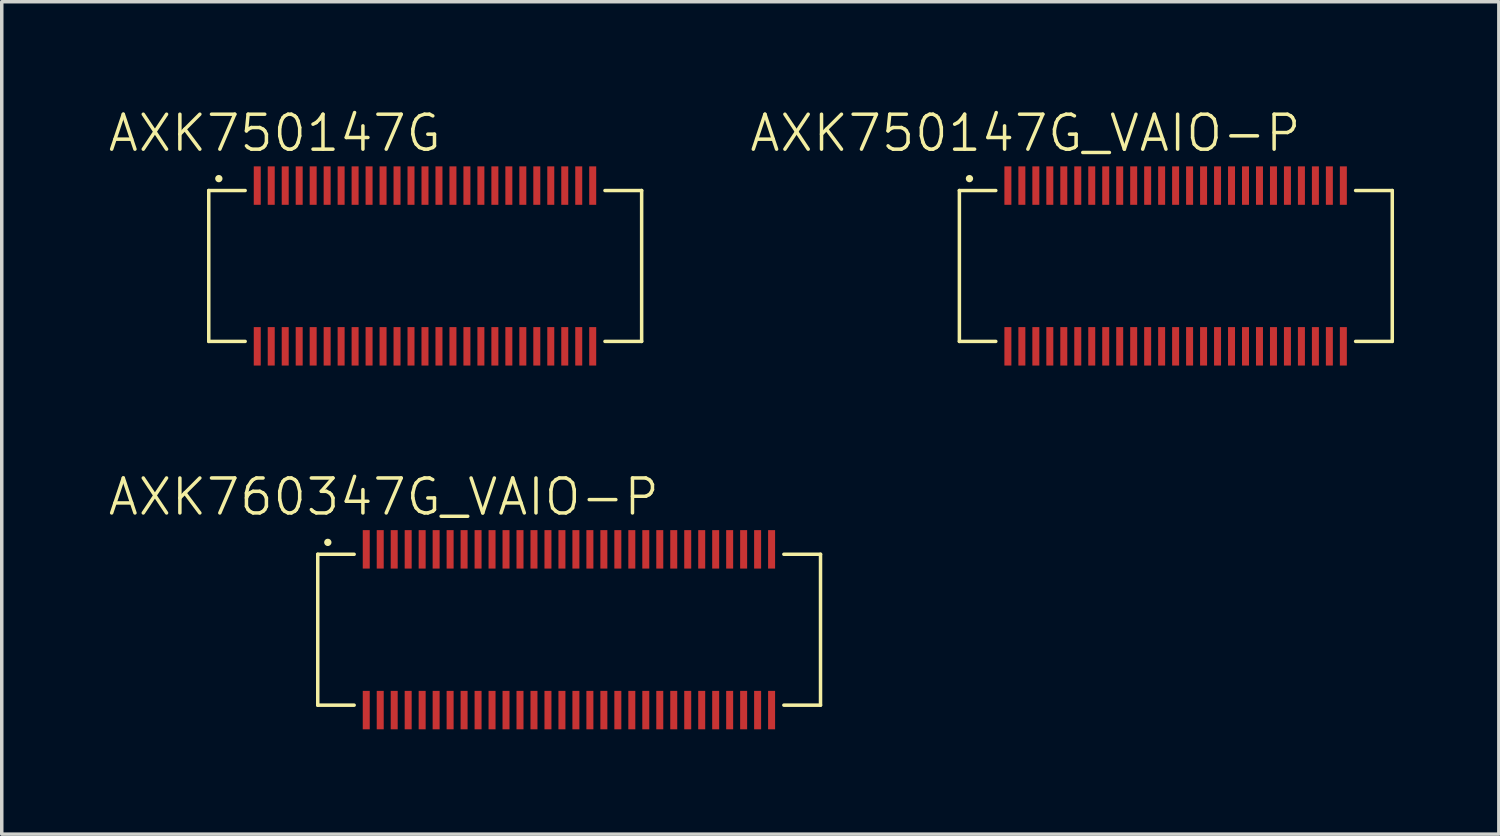
<source format=kicad_pcb>
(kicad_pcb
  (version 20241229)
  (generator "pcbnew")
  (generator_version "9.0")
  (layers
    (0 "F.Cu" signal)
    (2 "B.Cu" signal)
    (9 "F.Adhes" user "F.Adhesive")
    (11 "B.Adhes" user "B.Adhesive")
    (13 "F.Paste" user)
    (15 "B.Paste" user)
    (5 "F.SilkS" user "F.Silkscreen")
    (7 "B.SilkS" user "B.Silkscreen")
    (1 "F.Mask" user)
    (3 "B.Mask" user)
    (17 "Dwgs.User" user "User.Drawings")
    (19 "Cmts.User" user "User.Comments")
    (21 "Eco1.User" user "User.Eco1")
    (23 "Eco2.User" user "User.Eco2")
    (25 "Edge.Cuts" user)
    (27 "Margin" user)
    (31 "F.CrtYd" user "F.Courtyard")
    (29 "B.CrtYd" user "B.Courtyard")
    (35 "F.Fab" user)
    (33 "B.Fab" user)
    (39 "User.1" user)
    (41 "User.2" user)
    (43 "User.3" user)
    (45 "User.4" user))
  (footprint "AXK750147G"
    (layer "F.Cu")
    (at 9.112 4.561)
    (property "Reference" "AXK750147G" (at -4.3 -3.8 0) (unlocked yes) (layer "F.SilkS") (effects (font (size 1 1) (thickness 0.1))))
    (attr smd)
    (fp_line (start -6.188 -2.159) (end -5.146 -2.159) (stroke (width 0.1) (type default)) (layer "F.SilkS"))
    (fp_line (start -6.188 2.159) (end -6.188 -2.159) (stroke (width 0.1) (type default)) (layer "F.SilkS"))
    (fp_line (start -5.146 2.159) (end -6.188 2.159) (stroke (width 0.1) (type default)) (layer "F.SilkS"))
    (fp_line (start 5.151 -2.159) (end 6.2 -2.159) (stroke (width 0.1) (type default)) (layer "F.SilkS"))
    (fp_line (start 5.151 2.159) (end 6.2 2.159) (stroke (width 0.1) (type default)) (layer "F.SilkS"))
    (fp_line (start 6.2 -2.159) (end 6.2 2.159) (stroke (width 0.1) (type default)) (layer "F.SilkS"))
    (fp_circle (center -5.9 -2.5) (end -5.87 -2.5) (stroke (width 0.15) (type solid)) (fill yes) (layer "F.SilkS"))
    (pad "1" smd rect (at -4.8 -2.3) (size 0.2 1.1) (layers "F.Cu" "F.Mask" "F.Paste"))
    (pad "2" smd rect (at -4.4 -2.3) (size 0.2 1.1) (layers "F.Cu" "F.Mask" "F.Paste"))
    (pad "3" smd rect (at -4 -2.3) (size 0.2 1.1) (layers "F.Cu" "F.Mask" "F.Paste"))
    (pad "4" smd rect (at -3.6 -2.3) (size 0.2 1.1) (layers "F.Cu" "F.Mask" "F.Paste"))
    (pad "5" smd rect (at -3.2 -2.3) (size 0.2 1.1) (layers "F.Cu" "F.Mask" "F.Paste"))
    (pad "6" smd rect (at -2.8 -2.3) (size 0.2 1.1) (layers "F.Cu" "F.Mask" "F.Paste"))
    (pad "7" smd rect (at -2.4 -2.3) (size 0.2 1.1) (layers "F.Cu" "F.Mask" "F.Paste"))
    (pad "8" smd rect (at -2 -2.3) (size 0.2 1.1) (layers "F.Cu" "F.Mask" "F.Paste"))
    (pad "9" smd rect (at -1.6 -2.3) (size 0.2 1.1) (layers "F.Cu" "F.Mask" "F.Paste"))
    (pad "10" smd rect (at -1.2 -2.3) (size 0.2 1.1) (layers "F.Cu" "F.Mask" "F.Paste"))
    (pad "11" smd rect (at -0.8 -2.3) (size 0.2 1.1) (layers "F.Cu" "F.Mask" "F.Paste"))
    (pad "12" smd rect (at -0.4 -2.3) (size 0.2 1.1) (layers "F.Cu" "F.Mask" "F.Paste"))
    (pad "13" smd rect (at 0.0001 -2.3) (size 0.2 1.1) (layers "F.Cu" "F.Mask" "F.Paste"))
    (pad "14" smd rect (at 0.4 -2.3) (size 0.2 1.1) (layers "F.Cu" "F.Mask" "F.Paste"))
    (pad "15" smd rect (at 0.8 -2.3) (size 0.2 1.1) (layers "F.Cu" "F.Mask" "F.Paste"))
    (pad "16" smd rect (at 1.2 -2.3) (size 0.2 1.1) (layers "F.Cu" "F.Mask" "F.Paste"))
    (pad "17" smd rect (at 1.6 -2.3) (size 0.2 1.1) (layers "F.Cu" "F.Mask" "F.Paste"))
    (pad "18" smd rect (at 2 -2.3) (size 0.2 1.1) (layers "F.Cu" "F.Mask" "F.Paste"))
    (pad "19" smd rect (at 2.4 -2.3) (size 0.2 1.1) (layers "F.Cu" "F.Mask" "F.Paste"))
    (pad "20" smd rect (at 2.8 -2.3) (size 0.2 1.1) (layers "F.Cu" "F.Mask" "F.Paste"))
    (pad "21" smd rect (at 3.2 -2.3) (size 0.2 1.1) (layers "F.Cu" "F.Mask" "F.Paste"))
    (pad "22" smd rect (at 3.6 -2.3) (size 0.2 1.1) (layers "F.Cu" "F.Mask" "F.Paste"))
    (pad "23" smd rect (at 4 -2.3) (size 0.2 1.1) (layers "F.Cu" "F.Mask" "F.Paste"))
    (pad "24" smd rect (at 4.4 -2.3) (size 0.2 1.1) (layers "F.Cu" "F.Mask" "F.Paste"))
    (pad "25" smd rect (at 4.8 -2.3) (size 0.2 1.1) (layers "F.Cu" "F.Mask" "F.Paste"))
    (pad "26" smd rect (at 4.8 2.3) (size 0.2 1.1) (layers "F.Cu" "F.Mask" "F.Paste"))
    (pad "27" smd rect (at 4.4 2.3) (size 0.2 1.1) (layers "F.Cu" "F.Mask" "F.Paste"))
    (pad "28" smd rect (at 4 2.3) (size 0.2 1.1) (layers "F.Cu" "F.Mask" "F.Paste"))
    (pad "29" smd rect (at 3.6 2.3) (size 0.2 1.1) (layers "F.Cu" "F.Mask" "F.Paste"))
    (pad "30" smd rect (at 3.2 2.3) (size 0.2 1.1) (layers "F.Cu" "F.Mask" "F.Paste"))
    (pad "31" smd rect (at 2.8 2.3) (size 0.2 1.1) (layers "F.Cu" "F.Mask" "F.Paste"))
    (pad "32" smd rect (at 2.4 2.3) (size 0.2 1.1) (layers "F.Cu" "F.Mask" "F.Paste"))
    (pad "33" smd rect (at 2 2.3) (size 0.2 1.1) (layers "F.Cu" "F.Mask" "F.Paste"))
    (pad "34" smd rect (at 1.6 2.3) (size 0.2 1.1) (layers "F.Cu" "F.Mask" "F.Paste"))
    (pad "35" smd rect (at 1.2 2.3) (size 0.2 1.1) (layers "F.Cu" "F.Mask" "F.Paste"))
    (pad "36" smd rect (at 0.8 2.3) (size 0.2 1.1) (layers "F.Cu" "F.Mask" "F.Paste"))
    (pad "37" smd rect (at 0.4 2.3) (size 0.2 1.1) (layers "F.Cu" "F.Mask" "F.Paste"))
    (pad "38" smd rect (at -0.0002 2.3) (size 0.2 1.1) (layers "F.Cu" "F.Mask" "F.Paste"))
    (pad "39" smd rect (at -0.4 2.3) (size 0.2 1.1) (layers "F.Cu" "F.Mask" "F.Paste"))
    (pad "40" smd rect (at -0.8 2.3) (size 0.2 1.1) (layers "F.Cu" "F.Mask" "F.Paste"))
    (pad "41" smd rect (at -1.2 2.3) (size 0.2 1.1) (layers "F.Cu" "F.Mask" "F.Paste"))
    (pad "42" smd rect (at -1.6 2.3) (size 0.2 1.1) (layers "F.Cu" "F.Mask" "F.Paste"))
    (pad "43" smd rect (at -2 2.3) (size 0.2 1.1) (layers "F.Cu" "F.Mask" "F.Paste"))
    (pad "44" smd rect (at -2.4 2.3) (size 0.2 1.1) (layers "F.Cu" "F.Mask" "F.Paste"))
    (pad "45" smd rect (at -2.8 2.3) (size 0.2 1.1) (layers "F.Cu" "F.Mask" "F.Paste"))
    (pad "46" smd rect (at -3.2 2.3) (size 0.2 1.1) (layers "F.Cu" "F.Mask" "F.Paste"))
    (pad "47" smd rect (at -3.6 2.3) (size 0.2 1.1) (layers "F.Cu" "F.Mask" "F.Paste"))
    (pad "48" smd rect (at -4 2.3) (size 0.2 1.1) (layers "F.Cu" "F.Mask" "F.Paste"))
    (pad "49" smd rect (at -4.4 2.3) (size 0.2 1.1) (layers "F.Cu" "F.Mask" "F.Paste"))
    (pad "50" smd rect (at -4.8 2.3) (size 0.2 1.1) (layers "F.Cu" "F.Mask" "F.Paste")))
  (footprint "AXK750147G_VAIO-P"
    (layer "F.Cu")
    (at 30.593 4.561)
    (property "Reference" "AXK750147G_VAIO-P" (at -4.3 -3.8 0) (unlocked yes) (layer "F.SilkS") (effects (font (size 1 1) (thickness 0.1))))
    (attr smd)
    (fp_line (start -6.188 -2.159) (end -5.146 -2.159) (stroke (width 0.1) (type default)) (layer "F.SilkS"))
    (fp_line (start -6.188 2.159) (end -6.188 -2.159) (stroke (width 0.1) (type default)) (layer "F.SilkS"))
    (fp_line (start -5.146 2.159) (end -6.188 2.159) (stroke (width 0.1) (type default)) (layer "F.SilkS"))
    (fp_line (start 5.151 -2.159) (end 6.2 -2.159) (stroke (width 0.1) (type default)) (layer "F.SilkS"))
    (fp_line (start 5.151 2.159) (end 6.2 2.159) (stroke (width 0.1) (type default)) (layer "F.SilkS"))
    (fp_line (start 6.2 -2.159) (end 6.2 2.159) (stroke (width 0.1) (type default)) (layer "F.SilkS"))
    (fp_circle (center -5.9 -2.5) (end -5.87 -2.5) (stroke (width 0.15) (type solid)) (fill yes) (layer "F.SilkS"))
    (pad "1" smd rect (at -4.8 -2.3) (size 0.2 1.1) (layers "F.Cu" "F.Mask" "F.Paste"))
    (pad "2" smd rect (at -4.8 2.3) (size 0.2 1.1) (layers "F.Cu" "F.Mask" "F.Paste"))
    (pad "3" smd rect (at -4.4 -2.3) (size 0.2 1.1) (layers "F.Cu" "F.Mask" "F.Paste"))
    (pad "4" smd rect (at -4.4 2.3) (size 0.2 1.1) (layers "F.Cu" "F.Mask" "F.Paste"))
    (pad "5" smd rect (at -4 -2.3) (size 0.2 1.1) (layers "F.Cu" "F.Mask" "F.Paste"))
    (pad "6" smd rect (at -4 2.3) (size 0.2 1.1) (layers "F.Cu" "F.Mask" "F.Paste"))
    (pad "7" smd rect (at -3.6 -2.3) (size 0.2 1.1) (layers "F.Cu" "F.Mask" "F.Paste"))
    (pad "8" smd rect (at -3.6 2.3) (size 0.2 1.1) (layers "F.Cu" "F.Mask" "F.Paste"))
    (pad "9" smd rect (at -3.2 -2.3) (size 0.2 1.1) (layers "F.Cu" "F.Mask" "F.Paste"))
    (pad "10" smd rect (at -3.2 2.3) (size 0.2 1.1) (layers "F.Cu" "F.Mask" "F.Paste"))
    (pad "11" smd rect (at -2.8 -2.3) (size 0.2 1.1) (layers "F.Cu" "F.Mask" "F.Paste"))
    (pad "12" smd rect (at -2.8 2.3) (size 0.2 1.1) (layers "F.Cu" "F.Mask" "F.Paste"))
    (pad "13" smd rect (at -2.4 -2.3) (size 0.2 1.1) (layers "F.Cu" "F.Mask" "F.Paste"))
    (pad "14" smd rect (at -2.4 2.3) (size 0.2 1.1) (layers "F.Cu" "F.Mask" "F.Paste"))
    (pad "15" smd rect (at -2 -2.3) (size 0.2 1.1) (layers "F.Cu" "F.Mask" "F.Paste"))
    (pad "16" smd rect (at -2 2.3) (size 0.2 1.1) (layers "F.Cu" "F.Mask" "F.Paste"))
    (pad "17" smd rect (at -1.6 -2.3) (size 0.2 1.1) (layers "F.Cu" "F.Mask" "F.Paste"))
    (pad "18" smd rect (at -1.6 2.3) (size 0.2 1.1) (layers "F.Cu" "F.Mask" "F.Paste"))
    (pad "19" smd rect (at -1.2 -2.3) (size 0.2 1.1) (layers "F.Cu" "F.Mask" "F.Paste"))
    (pad "20" smd rect (at -1.2 2.3) (size 0.2 1.1) (layers "F.Cu" "F.Mask" "F.Paste"))
    (pad "21" smd rect (at -0.8 -2.3) (size 0.2 1.1) (layers "F.Cu" "F.Mask" "F.Paste"))
    (pad "22" smd rect (at -0.8 2.3) (size 0.2 1.1) (layers "F.Cu" "F.Mask" "F.Paste"))
    (pad "23" smd rect (at -0.4 -2.3) (size 0.2 1.1) (layers "F.Cu" "F.Mask" "F.Paste"))
    (pad "24" smd rect (at -0.4 2.3) (size 0.2 1.1) (layers "F.Cu" "F.Mask" "F.Paste"))
    (pad "25" smd rect (at -0.0002 -2.3) (size 0.2 1.1) (layers "F.Cu" "F.Mask" "F.Paste"))
    (pad "26" smd rect (at 0.0001 2.3) (size 0.2 1.1) (layers "F.Cu" "F.Mask" "F.Paste"))
    (pad "27" smd rect (at 0.4 -2.3) (size 0.2 1.1) (layers "F.Cu" "F.Mask" "F.Paste"))
    (pad "28" smd rect (at 0.4 2.3) (size 0.2 1.1) (layers "F.Cu" "F.Mask" "F.Paste"))
    (pad "29" smd rect (at 0.8 -2.3) (size 0.2 1.1) (layers "F.Cu" "F.Mask" "F.Paste"))
    (pad "30" smd rect (at 0.8 2.3) (size 0.2 1.1) (layers "F.Cu" "F.Mask" "F.Paste"))
    (pad "31" smd rect (at 1.2 -2.3) (size 0.2 1.1) (layers "F.Cu" "F.Mask" "F.Paste"))
    (pad "32" smd rect (at 1.2 2.3) (size 0.2 1.1) (layers "F.Cu" "F.Mask" "F.Paste"))
    (pad "33" smd rect (at 1.6 -2.3) (size 0.2 1.1) (layers "F.Cu" "F.Mask" "F.Paste"))
    (pad "34" smd rect (at 1.6 2.3) (size 0.2 1.1) (layers "F.Cu" "F.Mask" "F.Paste"))
    (pad "35" smd rect (at 2 -2.3) (size 0.2 1.1) (layers "F.Cu" "F.Mask" "F.Paste"))
    (pad "36" smd rect (at 2 2.3) (size 0.2 1.1) (layers "F.Cu" "F.Mask" "F.Paste"))
    (pad "37" smd rect (at 2.4 -2.3) (size 0.2 1.1) (layers "F.Cu" "F.Mask" "F.Paste"))
    (pad "38" smd rect (at 2.4 2.3) (size 0.2 1.1) (layers "F.Cu" "F.Mask" "F.Paste"))
    (pad "39" smd rect (at 2.8 -2.3) (size 0.2 1.1) (layers "F.Cu" "F.Mask" "F.Paste"))
    (pad "40" smd rect (at 2.8 2.3) (size 0.2 1.1) (layers "F.Cu" "F.Mask" "F.Paste"))
    (pad "41" smd rect (at 3.2 -2.3) (size 0.2 1.1) (layers "F.Cu" "F.Mask" "F.Paste"))
    (pad "42" smd rect (at 3.2 2.3) (size 0.2 1.1) (layers "F.Cu" "F.Mask" "F.Paste"))
    (pad "43" smd rect (at 3.6 -2.3) (size 0.2 1.1) (layers "F.Cu" "F.Mask" "F.Paste"))
    (pad "44" smd rect (at 3.6 2.3) (size 0.2 1.1) (layers "F.Cu" "F.Mask" "F.Paste"))
    (pad "45" smd rect (at 4 -2.3) (size 0.2 1.1) (layers "F.Cu" "F.Mask" "F.Paste"))
    (pad "46" smd rect (at 4 2.3) (size 0.2 1.1) (layers "F.Cu" "F.Mask" "F.Paste"))
    (pad "47" smd rect (at 4.4 -2.3) (size 0.2 1.1) (layers "F.Cu" "F.Mask" "F.Paste"))
    (pad "48" smd rect (at 4.4 2.3) (size 0.2 1.1) (layers "F.Cu" "F.Mask" "F.Paste"))
    (pad "49" smd rect (at 4.8 -2.3) (size 0.2 1.1) (layers "F.Cu" "F.Mask" "F.Paste"))
    (pad "50" smd rect (at 4.8 2.3) (size 0.2 1.1) (layers "F.Cu" "F.Mask" "F.Paste")))
  (footprint "AXK760347G_VAIO-P"
    (layer "F.Cu")
    (at 13.031 14.971)
    (property "Reference" "AXK760347G_VAIO-P" (at -5.1 -3.8 0) (unlocked yes) (layer "F.SilkS") (effects (font (size 1 1) (thickness 0.1))))
    (attr smd)
    (fp_line (start -6.988 2.159) (end -6.988 -2.159) (stroke (width 0.1) (type default)) (layer "F.SilkS"))
    (fp_line (start -6.988 -2.159) (end -5.946 -2.159) (stroke (width 0.1) (type default)) (layer "F.SilkS"))
    (fp_line (start -5.946 2.159) (end -6.988 2.159) (stroke (width 0.1) (type default)) (layer "F.SilkS"))
    (fp_line (start 6.351 2.159) (end 7.4 2.159) (stroke (width 0.1) (type default)) (layer "F.SilkS"))
    (fp_line (start 6.351 -2.159) (end 7.4 -2.159) (stroke (width 0.1) (type default)) (layer "F.SilkS"))
    (fp_line (start 7.4 -2.159) (end 7.4 2.159) (stroke (width 0.1) (type default)) (layer "F.SilkS"))
    (fp_circle (center -6.7 -2.5) (end -6.67 -2.5) (stroke (width 0.15) (type solid)) (fill yes) (layer "F.SilkS"))
    (pad "1" smd rect (at -5.6 -2.3) (size 0.2 1.1) (layers "F.Cu" "F.Mask" "F.Paste"))
    (pad "2" smd rect (at -5.6 2.3) (size 0.2 1.1) (layers "F.Cu" "F.Mask" "F.Paste"))
    (pad "3" smd rect (at -5.2 -2.3) (size 0.2 1.1) (layers "F.Cu" "F.Mask" "F.Paste"))
    (pad "4" smd rect (at -5.2 2.3) (size 0.2 1.1) (layers "F.Cu" "F.Mask" "F.Paste"))
    (pad "5" smd rect (at -4.8 -2.3) (size 0.2 1.1) (layers "F.Cu" "F.Mask" "F.Paste"))
    (pad "6" smd rect (at -4.8 2.3) (size 0.2 1.1) (layers "F.Cu" "F.Mask" "F.Paste"))
    (pad "7" smd rect (at -4.4 -2.3) (size 0.2 1.1) (layers "F.Cu" "F.Mask" "F.Paste"))
    (pad "8" smd rect (at -4.4 2.3) (size 0.2 1.1) (layers "F.Cu" "F.Mask" "F.Paste"))
    (pad "9" smd rect (at -4 -2.3) (size 0.2 1.1) (layers "F.Cu" "F.Mask" "F.Paste"))
    (pad "10" smd rect (at -4 2.3) (size 0.2 1.1) (layers "F.Cu" "F.Mask" "F.Paste"))
    (pad "11" smd rect (at -3.6 -2.3) (size 0.2 1.1) (layers "F.Cu" "F.Mask" "F.Paste"))
    (pad "12" smd rect (at -3.6 2.3) (size 0.2 1.1) (layers "F.Cu" "F.Mask" "F.Paste"))
    (pad "13" smd rect (at -3.2 -2.3) (size 0.2 1.1) (layers "F.Cu" "F.Mask" "F.Paste"))
    (pad "14" smd rect (at -3.2 2.3) (size 0.2 1.1) (layers "F.Cu" "F.Mask" "F.Paste"))
    (pad "15" smd rect (at -2.8 -2.3) (size 0.2 1.1) (layers "F.Cu" "F.Mask" "F.Paste"))
    (pad "16" smd rect (at -2.8 2.3) (size 0.2 1.1) (layers "F.Cu" "F.Mask" "F.Paste"))
    (pad "17" smd rect (at -2.4 -2.3) (size 0.2 1.1) (layers "F.Cu" "F.Mask" "F.Paste"))
    (pad "18" smd rect (at -2.4 2.3) (size 0.2 1.1) (layers "F.Cu" "F.Mask" "F.Paste"))
    (pad "19" smd rect (at -2 -2.3) (size 0.2 1.1) (layers "F.Cu" "F.Mask" "F.Paste"))
    (pad "20" smd rect (at -2 2.3) (size 0.2 1.1) (layers "F.Cu" "F.Mask" "F.Paste"))
    (pad "21" smd rect (at -1.6 -2.3) (size 0.2 1.1) (layers "F.Cu" "F.Mask" "F.Paste"))
    (pad "22" smd rect (at -1.6 2.3) (size 0.2 1.1) (layers "F.Cu" "F.Mask" "F.Paste"))
    (pad "23" smd rect (at -1.2 -2.3) (size 0.2 1.1) (layers "F.Cu" "F.Mask" "F.Paste"))
    (pad "24" smd rect (at -1.2 2.3) (size 0.2 1.1) (layers "F.Cu" "F.Mask" "F.Paste"))
    (pad "25" smd rect (at -0.8 -2.3) (size 0.2 1.1) (layers "F.Cu" "F.Mask" "F.Paste"))
    (pad "26" smd rect (at -0.8 2.3) (size 0.2 1.1) (layers "F.Cu" "F.Mask" "F.Paste"))
    (pad "27" smd rect (at -0.4 -2.3) (size 0.2 1.1) (layers "F.Cu" "F.Mask" "F.Paste"))
    (pad "28" smd rect (at -0.4 2.3) (size 0.2 1.1) (layers "F.Cu" "F.Mask" "F.Paste"))
    (pad "29" smd rect (at 0 -2.3) (size 0.2 1.1) (layers "F.Cu" "F.Mask" "F.Paste"))
    (pad "30" smd rect (at -0.000012 2.3) (size 0.2 1.1) (layers "F.Cu" "F.Mask" "F.Paste"))
    (pad "31" smd rect (at 0.4 -2.3) (size 0.2 1.1) (layers "F.Cu" "F.Mask" "F.Paste"))
    (pad "32" smd rect (at 0.4 2.3) (size 0.2 1.1) (layers "F.Cu" "F.Mask" "F.Paste"))
    (pad "33" smd rect (at 0.8 -2.3) (size 0.2 1.1) (layers "F.Cu" "F.Mask" "F.Paste"))
    (pad "34" smd rect (at 0.8 2.3) (size 0.2 1.1) (layers "F.Cu" "F.Mask" "F.Paste"))
    (pad "35" smd rect (at 1.2 -2.3) (size 0.2 1.1) (layers "F.Cu" "F.Mask" "F.Paste"))
    (pad "36" smd rect (at 1.2 2.3) (size 0.2 1.1) (layers "F.Cu" "F.Mask" "F.Paste"))
    (pad "37" smd rect (at 1.6 -2.3) (size 0.2 1.1) (layers "F.Cu" "F.Mask" "F.Paste"))
    (pad "38" smd rect (at 1.6 2.3) (size 0.2 1.1) (layers "F.Cu" "F.Mask" "F.Paste"))
    (pad "39" smd rect (at 2 -2.3) (size 0.2 1.1) (layers "F.Cu" "F.Mask" "F.Paste"))
    (pad "40" smd rect (at 2 2.3) (size 0.2 1.1) (layers "F.Cu" "F.Mask" "F.Paste"))
    (pad "41" smd rect (at 2.4 -2.3) (size 0.2 1.1) (layers "F.Cu" "F.Mask" "F.Paste"))
    (pad "42" smd rect (at 2.4 2.3) (size 0.2 1.1) (layers "F.Cu" "F.Mask" "F.Paste"))
    (pad "43" smd rect (at 2.8 -2.3) (size 0.2 1.1) (layers "F.Cu" "F.Mask" "F.Paste"))
    (pad "44" smd rect (at 2.8 2.3) (size 0.2 1.1) (layers "F.Cu" "F.Mask" "F.Paste"))
    (pad "45" smd rect (at 3.2 -2.3) (size 0.2 1.1) (layers "F.Cu" "F.Mask" "F.Paste"))
    (pad "46" smd rect (at 3.2 2.3) (size 0.2 1.1) (layers "F.Cu" "F.Mask" "F.Paste"))
    (pad "47" smd rect (at 3.6 -2.3) (size 0.2 1.1) (layers "F.Cu" "F.Mask" "F.Paste"))
    (pad "48" smd rect (at 3.6 2.3) (size 0.2 1.1) (layers "F.Cu" "F.Mask" "F.Paste"))
    (pad "49" smd rect (at 4 -2.3) (size 0.2 1.1) (layers "F.Cu" "F.Mask" "F.Paste"))
    (pad "50" smd rect (at 4 2.3) (size 0.2 1.1) (layers "F.Cu" "F.Mask" "F.Paste"))
    (pad "51" smd rect (at 4.4 -2.3) (size 0.2 1.1) (layers "F.Cu" "F.Mask" "F.Paste"))
    (pad "52" smd rect (at 4.4 2.3) (size 0.2 1.1) (layers "F.Cu" "F.Mask" "F.Paste"))
    (pad "53" smd rect (at 4.8 -2.3) (size 0.2 1.1) (layers "F.Cu" "F.Mask" "F.Paste"))
    (pad "54" smd rect (at 4.8 2.3) (size 0.2 1.1) (layers "F.Cu" "F.Mask" "F.Paste"))
    (pad "55" smd rect (at 5.2 -2.3) (size 0.2 1.1) (layers "F.Cu" "F.Mask" "F.Paste"))
    (pad "56" smd rect (at 5.2 2.3) (size 0.2 1.1) (layers "F.Cu" "F.Mask" "F.Paste"))
    (pad "57" smd rect (at 5.6 -2.3) (size 0.2 1.1) (layers "F.Cu" "F.Mask" "F.Paste"))
    (pad "58" smd rect (at 5.6 2.3) (size 0.2 1.1) (layers "F.Cu" "F.Mask" "F.Paste"))
    (pad "59" smd rect (at 6 -2.3) (size 0.2 1.1) (layers "F.Cu" "F.Mask" "F.Paste"))
    (pad "60" smd rect (at 6 2.3) (size 0.2 1.1) (layers "F.Cu" "F.Mask" "F.Paste")))
  (gr_rect
    (start -3 -3)
    (end 39.843 20.821)
    (stroke (width 0.1) (type default))
    (fill no)
    (layer "Edge.Cuts")))
</source>
